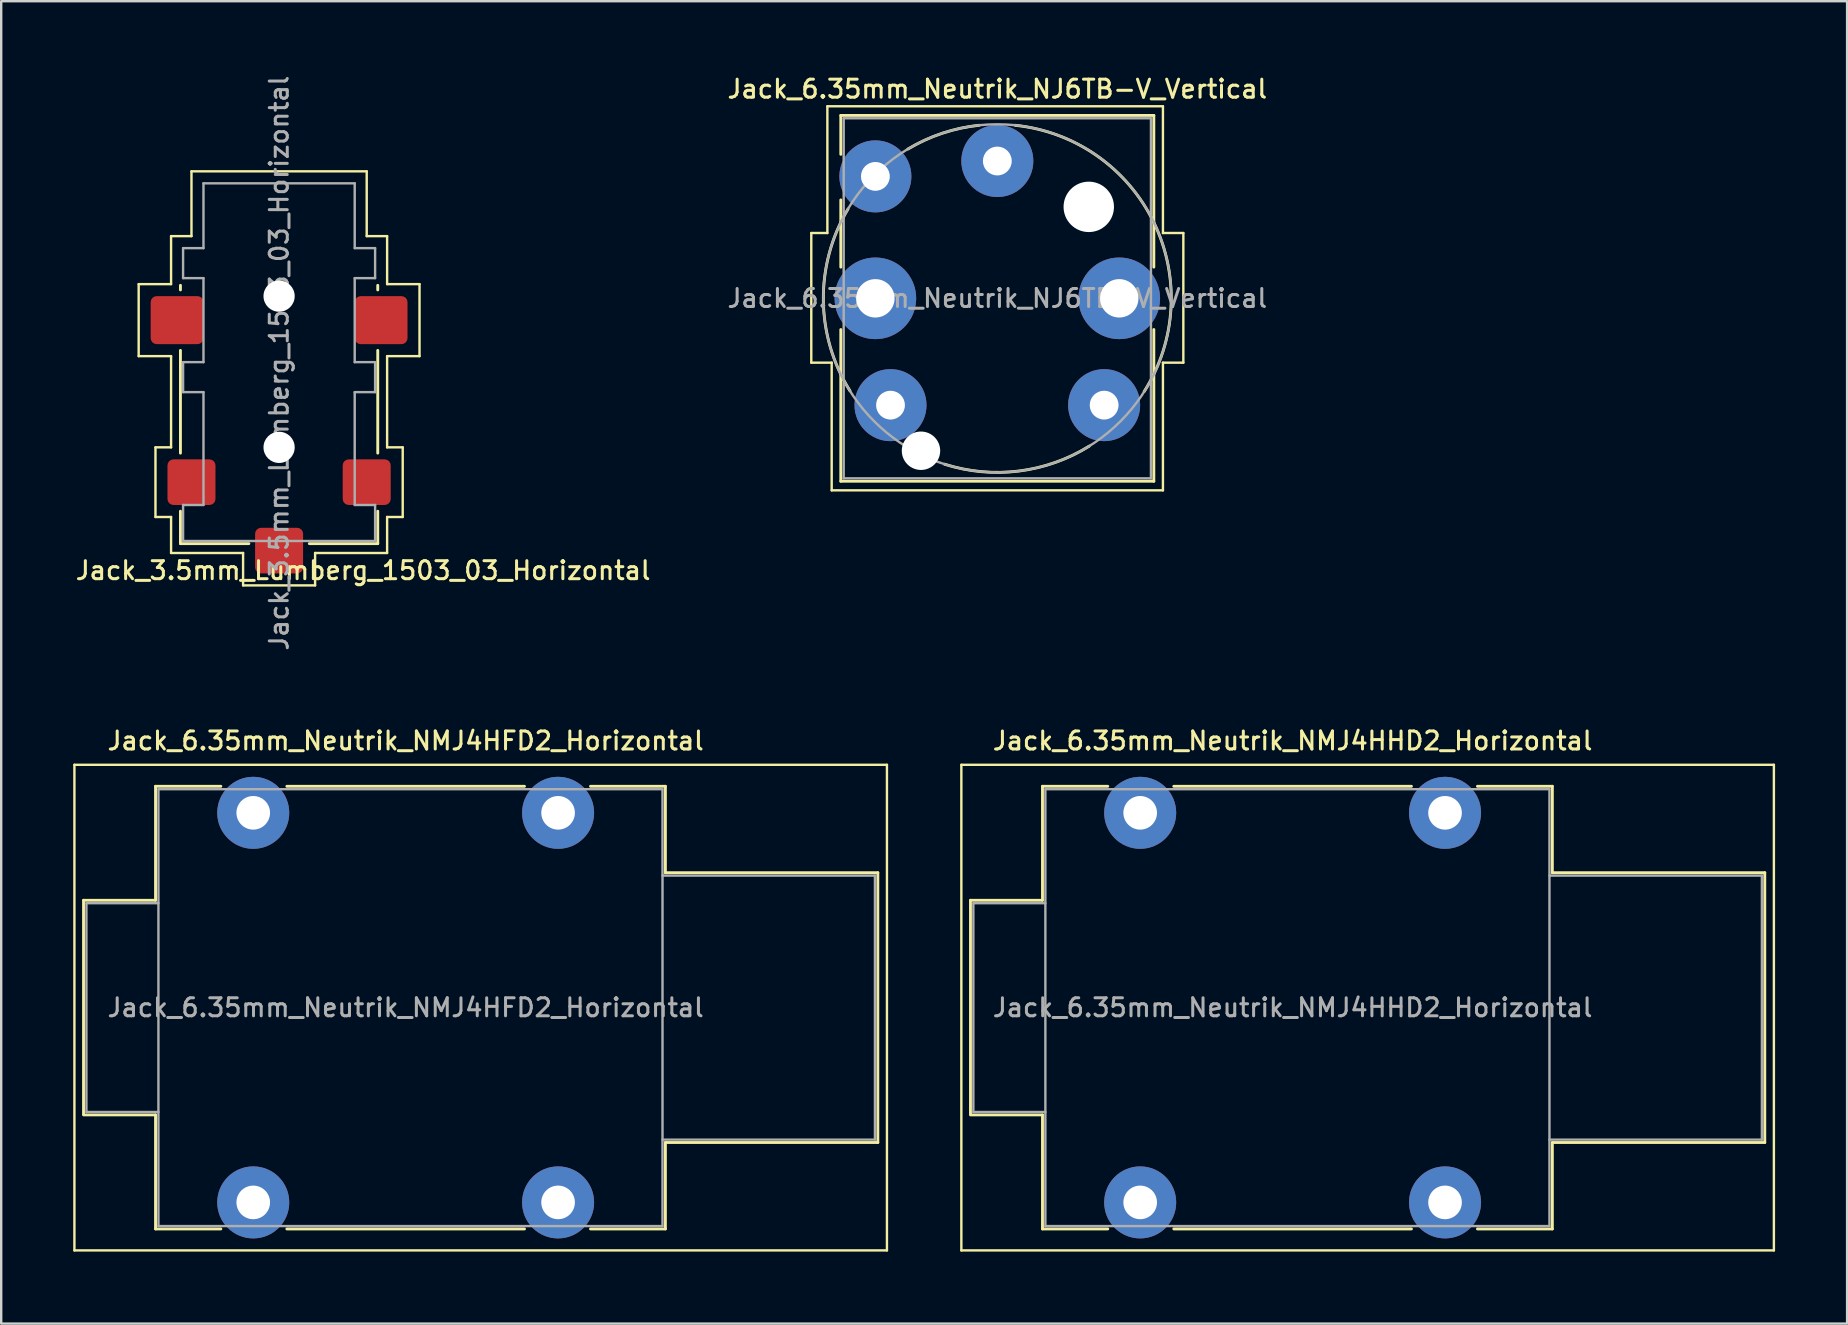
<source format=kicad_pcb>
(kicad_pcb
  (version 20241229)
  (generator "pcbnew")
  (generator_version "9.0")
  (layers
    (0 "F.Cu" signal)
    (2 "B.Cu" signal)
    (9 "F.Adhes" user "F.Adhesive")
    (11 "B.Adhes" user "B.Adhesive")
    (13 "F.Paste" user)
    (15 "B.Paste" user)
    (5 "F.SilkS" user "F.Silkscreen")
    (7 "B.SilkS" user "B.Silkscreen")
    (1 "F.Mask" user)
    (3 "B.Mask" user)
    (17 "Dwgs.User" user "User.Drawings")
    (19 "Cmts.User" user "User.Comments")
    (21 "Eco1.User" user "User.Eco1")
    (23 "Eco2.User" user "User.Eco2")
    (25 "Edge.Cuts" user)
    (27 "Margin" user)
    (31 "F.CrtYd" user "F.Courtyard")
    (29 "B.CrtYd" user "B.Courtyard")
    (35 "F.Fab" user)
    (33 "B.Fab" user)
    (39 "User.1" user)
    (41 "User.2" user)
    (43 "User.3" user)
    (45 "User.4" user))
  (footprint "Jack_6.35mm_Neutrik_NMJ4HHD2_Horizontal"
    (layer "F.Cu")
    (at 44.45 30.812)
    (property "Reference" "Jack_6.35mm_Neutrik_NMJ4HHD2_Horizontal" (at 6.35 -3 0) (layer "F.SilkS") (effects (font (size 0.75 0.75) (thickness 0.125))))
    (attr through_hole)
    (fp_line (start -7.45 18.23) (end -7.45 -2) (stroke (width 0.1) (type solid)) (layer "F.SilkS"))
    (fp_line (start -7.45 18.23) (end 26.4 18.23) (stroke (width 0.1) (type solid)) (layer "F.SilkS"))
    (fp_line (start -7.07 3.645) (end -4.07 3.645) (stroke (width 0.12) (type solid)) (layer "F.SilkS"))
    (fp_line (start -7.07 12.545) (end -7.07 3.645) (stroke (width 0.12) (type solid)) (layer "F.SilkS"))
    (fp_line (start -7.07 12.585) (end -4.07 12.585) (stroke (width 0.12) (type solid)) (layer "F.SilkS"))
    (fp_line (start -4.07 -1.105) (end -1.35 -1.105) (stroke (width 0.12) (type solid)) (layer "F.SilkS"))
    (fp_line (start -4.07 3.645) (end -4.07 -1.105) (stroke (width 0.12) (type solid)) (layer "F.SilkS"))
    (fp_line (start -4.07 17.335) (end -4.07 12.585) (stroke (width 0.12) (type solid)) (layer "F.SilkS"))
    (fp_line (start -1.35 17.335) (end -4.07 17.335) (stroke (width 0.12) (type solid)) (layer "F.SilkS"))
    (fp_line (start 1.4 -1.105) (end 11.3 -1.105) (stroke (width 0.12) (type solid)) (layer "F.SilkS"))
    (fp_line (start 11.3 17.335) (end 1.4 17.335) (stroke (width 0.12) (type solid)) (layer "F.SilkS"))
    (fp_line (start 17.17 -1.105) (end 14.05 -1.105) (stroke (width 0.12) (type solid)) (layer "F.SilkS"))
    (fp_line (start 17.17 2.495) (end 17.17 -1.105) (stroke (width 0.12) (type solid)) (layer "F.SilkS"))
    (fp_line (start 17.17 2.495) (end 26.02 2.495) (stroke (width 0.12) (type solid)) (layer "F.SilkS"))
    (fp_line (start 17.17 13.735) (end 26.02 13.735) (stroke (width 0.12) (type solid)) (layer "F.SilkS"))
    (fp_line (start 17.17 17.335) (end 14.05 17.335) (stroke (width 0.12) (type solid)) (layer "F.SilkS"))
    (fp_line (start 17.17 17.335) (end 17.17 13.735) (stroke (width 0.12) (type solid)) (layer "F.SilkS"))
    (fp_line (start 26.02 13.735) (end 26.02 2.495) (stroke (width 0.12) (type solid)) (layer "F.SilkS"))
    (fp_line (start 26.4 -2) (end -7.45 -2) (stroke (width 0.1) (type solid)) (layer "F.SilkS"))
    (fp_line (start 26.4 18.23) (end 26.4 -2) (stroke (width 0.1) (type solid)) (layer "F.SilkS"))
    (fp_line (start -6.95 3.765) (end -3.95 3.765) (stroke (width 0.1) (type solid)) (layer "F.Fab"))
    (fp_line (start -6.95 12.465) (end -6.95 3.765) (stroke (width 0.1) (type solid)) (layer "F.Fab"))
    (fp_line (start -6.95 12.465) (end -3.95 12.465) (stroke (width 0.1) (type solid)) (layer "F.Fab"))
    (fp_line (start -3.95 17.215) (end -3.95 -0.985) (stroke (width 0.1) (type solid)) (layer "F.Fab"))
    (fp_line (start 17.05 -0.985) (end -3.95 -0.985) (stroke (width 0.1) (type solid)) (layer "F.Fab"))
    (fp_line (start 17.05 17.215) (end -3.95 17.215) (stroke (width 0.1) (type solid)) (layer "F.Fab"))
    (fp_line (start 17.05 17.215) (end 17.05 -0.985) (stroke (width 0.1) (type solid)) (layer "F.Fab"))
    (fp_line (start 25.9 2.615) (end 17.05 2.615) (stroke (width 0.1) (type solid)) (layer "F.Fab"))
    (fp_line (start 25.9 13.615) (end 17.05 13.615) (stroke (width 0.1) (type solid)) (layer "F.Fab"))
    (fp_line (start 25.9 13.615) (end 25.9 2.615) (stroke (width 0.1) (type solid)) (layer "F.Fab"))
    (fp_text user "${REFERENCE}" (at 6.35 8.115 0) (layer "F.Fab") (effects (font (size 0.75 0.75) (thickness 0.125))))
    (pad "S" thru_hole circle (at 12.7 0) (size 3 3) (drill 1.4) (layers "*.Cu" "*.Mask"))
    (pad "SN" thru_hole circle (at 12.7 16.23) (size 3 3) (drill 1.4) (layers "*.Cu" "*.Mask"))
    (pad "T" thru_hole circle (at 0 0) (size 3 3) (drill 1.4) (layers "*.Cu" "*.Mask"))
    (pad "TN" thru_hole circle (at 0 16.23) (size 3 3) (drill 1.4) (layers "*.Cu" "*.Mask")))
  (footprint "Jack_3.5mm_Lumberg_1503_03_Horizontal"
    (layer "F.Cu")
    (at 8.577 12.037)
    (property "Reference" "Jack_3.5mm_Lumberg_1503_03_Horizontal" (at 3.5 8.68 0) (layer "F.SilkS") (effects (font (size 0.75 0.75) (thickness 0.125))))
    (attr smd)
    (fp_line (start -5.85 -0.25) (end -5.85 -3.25) (stroke (width 0.1) (type default)) (layer "F.SilkS"))
    (fp_line (start -5.15 3.55) (end -4.5 3.55) (stroke (width 0.1) (type default)) (layer "F.SilkS"))
    (fp_line (start -5.15 6.45) (end -5.15 3.55) (stroke (width 0.1) (type default)) (layer "F.SilkS"))
    (fp_line (start -4.5 -3.25) (end -5.85 -3.25) (stroke (width 0.1) (type default)) (layer "F.SilkS"))
    (fp_line (start -4.5 -3.25) (end -4.5 -5.25) (stroke (width 0.1) (type default)) (layer "F.SilkS"))
    (fp_line (start -4.5 -0.25) (end -5.85 -0.25) (stroke (width 0.1) (type default)) (layer "F.SilkS"))
    (fp_line (start -4.5 -0.25) (end -4.5 3.55) (stroke (width 0.1) (type default)) (layer "F.SilkS"))
    (fp_line (start -4.5 6.45) (end -5.15 6.45) (stroke (width 0.1) (type default)) (layer "F.SilkS"))
    (fp_line (start -4.5 6.45) (end -4.5 7.95) (stroke (width 0.1) (type default)) (layer "F.SilkS"))
    (fp_line (start -4.11 -3.01) (end -4.11 -3.2) (stroke (width 0.12) (type default)) (layer "F.SilkS"))
    (fp_line (start -4.11 3.79) (end -4.11 -0.49) (stroke (width 0.12) (type default)) (layer "F.SilkS"))
    (fp_line (start -4.11 7.56) (end -4.11 6.21) (stroke (width 0.12) (type default)) (layer "F.SilkS"))
    (fp_line (start -3.65 -7.95) (end 3.65 -7.95) (stroke (width 0.1) (type default)) (layer "F.SilkS"))
    (fp_line (start -3.65 -5.25) (end -4.5 -5.25) (stroke (width 0.1) (type default)) (layer "F.SilkS"))
    (fp_line (start -3.65 -5.25) (end -3.65 -7.95) (stroke (width 0.1) (type default)) (layer "F.SilkS"))
    (fp_line (start -1.5 7.95) (end -4.5 7.95) (stroke (width 0.1) (type default)) (layer "F.SilkS"))
    (fp_line (start -1.5 7.95) (end -1.5 9.3) (stroke (width 0.1) (type default)) (layer "F.SilkS"))
    (fp_line (start -1.5 9.3) (end 1.5 9.3) (stroke (width 0.1) (type default)) (layer "F.SilkS"))
    (fp_line (start -1.26 7.56) (end -4.11 7.56) (stroke (width 0.12) (type default)) (layer "F.SilkS"))
    (fp_line (start 1.26 7.56) (end 4.11 7.56) (stroke (width 0.12) (type default)) (layer "F.SilkS"))
    (fp_line (start 1.5 7.95) (end 1.5 9.3) (stroke (width 0.1) (type default)) (layer "F.SilkS"))
    (fp_line (start 3.65 -5.25) (end 3.65 -7.95) (stroke (width 0.1) (type default)) (layer "F.SilkS"))
    (fp_line (start 4.11 -3.2) (end 4.11 -3.01) (stroke (width 0.12) (type default)) (layer "F.SilkS"))
    (fp_line (start 4.11 -0.49) (end 4.11 3.79) (stroke (width 0.12) (type default)) (layer "F.SilkS"))
    (fp_line (start 4.11 7.56) (end 4.11 6.21) (stroke (width 0.12) (type default)) (layer "F.SilkS"))
    (fp_line (start 4.5 -5.25) (end 3.65 -5.25) (stroke (width 0.1) (type default)) (layer "F.SilkS"))
    (fp_line (start 4.5 -3.25) (end 4.5 -5.25) (stroke (width 0.1) (type default)) (layer "F.SilkS"))
    (fp_line (start 4.5 -3.25) (end 5.85 -3.25) (stroke (width 0.1) (type default)) (layer "F.SilkS"))
    (fp_line (start 4.5 -0.25) (end 4.5 3.55) (stroke (width 0.1) (type default)) (layer "F.SilkS"))
    (fp_line (start 4.5 -0.25) (end 5.85 -0.25) (stroke (width 0.1) (type default)) (layer "F.SilkS"))
    (fp_line (start 4.5 3.55) (end 5.15 3.55) (stroke (width 0.1) (type default)) (layer "F.SilkS"))
    (fp_line (start 4.5 6.45) (end 4.5 7.95) (stroke (width 0.1) (type default)) (layer "F.SilkS"))
    (fp_line (start 4.5 6.45) (end 5.15 6.45) (stroke (width 0.1) (type default)) (layer "F.SilkS"))
    (fp_line (start 4.5 7.95) (end 1.5 7.95) (stroke (width 0.1) (type default)) (layer "F.SilkS"))
    (fp_line (start 5.15 3.55) (end 5.15 6.45) (stroke (width 0.1) (type default)) (layer "F.SilkS"))
    (fp_line (start 5.85 -0.25) (end 5.85 -3.25) (stroke (width 0.1) (type default)) (layer "F.SilkS"))
    (fp_line (start -4 -4.75) (end -4 -3.5) (stroke (width 0.1) (type default)) (layer "F.Fab"))
    (fp_line (start -4 -3.5) (end -3.15 -3.5) (stroke (width 0.1) (type default)) (layer "F.Fab"))
    (fp_line (start -4 0) (end -4 1.25) (stroke (width 0.1) (type default)) (layer "F.Fab"))
    (fp_line (start -4 1.25) (end -3.15 1.25) (stroke (width 0.1) (type default)) (layer "F.Fab"))
    (fp_line (start -4 5.95) (end -3.15 5.95) (stroke (width 0.1) (type default)) (layer "F.Fab"))
    (fp_line (start -4 7.45) (end -4 5.95) (stroke (width 0.1) (type default)) (layer "F.Fab"))
    (fp_line (start -4 7.45) (end 4 7.45) (stroke (width 0.1) (type solid)) (layer "F.Fab"))
    (fp_line (start -3.15 -7.45) (end -3.15 -4.75) (stroke (width 0.1) (type solid)) (layer "F.Fab"))
    (fp_line (start -3.15 -7.45) (end 3.15 -7.45) (stroke (width 0.1) (type solid)) (layer "F.Fab"))
    (fp_line (start -3.15 -4.75) (end -4 -4.75) (stroke (width 0.1) (type solid)) (layer "F.Fab"))
    (fp_line (start -3.15 -3.5) (end -3.15 0) (stroke (width 0.1) (type default)) (layer "F.Fab"))
    (fp_line (start -3.15 0) (end -4 0) (stroke (width 0.1) (type default)) (layer "F.Fab"))
    (fp_line (start -3.15 1.25) (end -3.15 5.95) (stroke (width 0.1) (type default)) (layer "F.Fab"))
    (fp_line (start 3.15 -4.75) (end 3.15 -7.45) (stroke (width 0.1) (type solid)) (layer "F.Fab"))
    (fp_line (start 3.15 -4.75) (end 4 -4.75) (stroke (width 0.1) (type solid)) (layer "F.Fab"))
    (fp_line (start 3.15 -3.5) (end 3.15 0) (stroke (width 0.1) (type default)) (layer "F.Fab"))
    (fp_line (start 3.15 0) (end 4 0) (stroke (width 0.1) (type default)) (layer "F.Fab"))
    (fp_line (start 3.15 1.25) (end 4 1.25) (stroke (width 0.1) (type default)) (layer "F.Fab"))
    (fp_line (start 3.15 5.95) (end 3.15 1.25) (stroke (width 0.1) (type default)) (layer "F.Fab"))
    (fp_line (start 4 -4.75) (end 4 -3.5) (stroke (width 0.1) (type default)) (layer "F.Fab"))
    (fp_line (start 4 -3.5) (end 3.15 -3.5) (stroke (width 0.1) (type default)) (layer "F.Fab"))
    (fp_line (start 4 1.25) (end 4 0) (stroke (width 0.1) (type default)) (layer "F.Fab"))
    (fp_line (start 4 5.95) (end 3.15 5.95) (stroke (width 0.1) (type default)) (layer "F.Fab"))
    (fp_line (start 4 7.45) (end 4 5.95) (stroke (width 0.1) (type default)) (layer "F.Fab"))
    (fp_text user "${REFERENCE}" (at 0 0.04 90) (layer "F.Fab") (effects (font (size 0.75 0.75) (thickness 0.125))))
    (pad "" np_thru_hole circle (at 0 -2.75) (size 1.3 1.3) (drill 1.3) (layers "*.Cu" "*.Mask"))
    (pad "" np_thru_hole circle (at 0 3.55) (size 1.3 1.3) (drill 1.3) (layers "*.Cu" "*.Mask"))
    (pad "MP" smd roundrect (at -4.25 -1.75) (size 2.2 2) (layers "F.Cu" "F.Mask" "F.Paste") (roundrect_rratio 0.125))
    (pad "MP" smd roundrect (at 4.25 -1.75) (size 2.2 2) (layers "F.Cu" "F.Mask" "F.Paste") (roundrect_rratio 0.125))
    (pad "R" smd roundrect (at 3.65 5) (size 2 1.9) (layers "F.Cu" "F.Mask" "F.Paste") (roundrect_rratio 0.132))
    (pad "S" smd roundrect (at -3.65 5) (size 2 1.9) (layers "F.Cu" "F.Mask" "F.Paste") (roundrect_rratio 0.132))
    (pad "T" smd roundrect (at 0 7.85) (size 2 1.9) (layers "F.Cu" "F.Mask" "F.Paste") (roundrect_rratio 0.132)))
  (footprint "Jack_6.35mm_Neutrik_NJ6TB-V_Vertical"
    (layer "F.Cu")
    (at 38.498 3.658)
    (property "Reference" "Jack_6.35mm_Neutrik_NJ6TB-V_Vertical" (at 0 -3 0) (layer "F.SilkS") (effects (font (size 0.75 0.75) (thickness 0.125))))
    (attr through_hole)
    (fp_line (start -7.75 3) (end -7.75 8.4) (stroke (width 0.1) (type solid)) (layer "F.SilkS"))
    (fp_line (start -7.08 -2.28) (end -7.08 3) (stroke (width 0.1) (type solid)) (layer "F.SilkS"))
    (fp_line (start -7.08 -2.28) (end 6.9 -2.28) (stroke (width 0.1) (type solid)) (layer "F.SilkS"))
    (fp_line (start -7.08 3) (end -7.75 3) (stroke (width 0.1) (type solid)) (layer "F.SilkS"))
    (fp_line (start -6.9 8.4) (end -7.75 8.4) (stroke (width 0.1) (type solid)) (layer "F.SilkS"))
    (fp_line (start -6.9 8.4) (end -6.9 13.72) (stroke (width 0.1) (type solid)) (layer "F.SilkS"))
    (fp_line (start -6.9 13.72) (end 6.9 13.72) (stroke (width 0.1) (type solid)) (layer "F.SilkS"))
    (fp_line (start -6.52 -1.9) (end -6.52 -0.28) (stroke (width 0.12) (type solid)) (layer "F.SilkS"))
    (fp_line (start -6.52 -1.9) (end 6.52 -1.9) (stroke (width 0.12) (type solid)) (layer "F.SilkS"))
    (fp_line (start -6.52 1.62) (end -6.52 4.42) (stroke (width 0.12) (type solid)) (layer "F.SilkS"))
    (fp_line (start -6.52 7.02) (end -6.52 13.34) (stroke (width 0.12) (type solid)) (layer "F.SilkS"))
    (fp_line (start -6.52 13.34) (end 6.52 13.34) (stroke (width 0.12) (type solid)) (layer "F.SilkS"))
    (fp_line (start 6.52 -1.9) (end 6.52 4.42) (stroke (width 0.12) (type solid)) (layer "F.SilkS"))
    (fp_line (start 6.52 7.02) (end 6.52 13.34) (stroke (width 0.12) (type solid)) (layer "F.SilkS"))
    (fp_line (start 6.9 -2.28) (end 6.9 3) (stroke (width 0.1) (type solid)) (layer "F.SilkS"))
    (fp_line (start 6.9 3) (end 7.75 3) (stroke (width 0.1) (type solid)) (layer "F.SilkS"))
    (fp_line (start 6.9 8.4) (end 6.9 13.72) (stroke (width 0.1) (type solid)) (layer "F.SilkS"))
    (fp_line (start 6.9 8.4) (end 7.75 8.4) (stroke (width 0.1) (type solid)) (layer "F.SilkS"))
    (fp_line (start 7.75 3) (end 7.75 8.4) (stroke (width 0.1) (type solid)) (layer "F.SilkS"))
    (fp_arc (start -6.138365 9.573216) (mid -7.247116 5.79812) (end -6.22 2) (stroke (width 0.12) (type solid)) (layer "F.SilkS"))
    (fp_arc (start -3.726809 -0.497515) (mid -2.292752 -1.156764) (end -0.75 -1.49) (stroke (width 0.12) (type solid)) (layer "F.SilkS"))
    (fp_arc (start 0.741615 -1.488246) (mid 6.519796 2.557554) (end 6.12 9.6) (stroke (width 0.12) (type solid)) (layer "F.SilkS"))
    (fp_arc (start 3.836366 11.873893) (mid 0.901303 12.915537) (end -2.2 12.63) (stroke (width 0.12) (type solid)) (layer "F.SilkS"))
    (fp_line (start -6.4 -1.78) (end -6.4 13.22) (stroke (width 0.1) (type solid)) (layer "F.Fab"))
    (fp_line (start -6.4 -1.78) (end 6.4 -1.78) (stroke (width 0.1) (type solid)) (layer "F.Fab"))
    (fp_line (start -6.4 13.22) (end 6.4 13.22) (stroke (width 0.1) (type solid)) (layer "F.Fab"))
    (fp_line (start 6.4 -1.78) (end 6.4 13.22) (stroke (width 0.1) (type solid)) (layer "F.Fab"))
    (fp_circle (center 0 5.72) (end -7.25 5.72) (stroke (width 0.1) (type solid)) (fill no) (layer "F.Fab"))
    (fp_text user "${REFERENCE}" (at 0 5.72 0) (layer "F.Fab") (effects (font (size 0.75 0.75) (thickness 0.125))))
    (pad "" np_thru_hole circle (at -3.18 12.07 180) (size 1.6 1.6) (drill 1.6) (layers "*.Cu" "*.Mask"))
    (pad "" np_thru_hole circle (at 3.81 1.91 180) (size 2.1 2.1) (drill 2.1) (layers "*.Cu" "*.Mask"))
    (pad "R" thru_hole circle (at 5.08 5.72 180) (size 3.4 3.4) (drill 1.6) (layers "*.Cu" "*.Mask"))
    (pad "RN" thru_hole circle (at 4.45 10.17 180) (size 3 3) (drill 1.2) (layers "*.Cu" "*.Mask"))
    (pad "S" thru_hole circle (at -5.08 5.72 180) (size 3.4 3.4) (drill 1.6) (layers "*.Cu" "*.Mask"))
    (pad "SN" thru_hole circle (at -4.45 10.17 180) (size 3 3) (drill 1.2) (layers "*.Cu" "*.Mask"))
    (pad "T" thru_hole circle (at 0 0 180) (size 3 3) (drill 1.2) (layers "*.Cu" "*.Mask"))
    (pad "TN" thru_hole circle (at -5.08 0.64 180) (size 3 3) (drill 1.2) (layers "*.Cu" "*.Mask")))
  (footprint "Jack_6.35mm_Neutrik_NMJ4HFD2_Horizontal"
    (layer "F.Cu")
    (at 7.5 30.812)
    (property "Reference" "Jack_6.35mm_Neutrik_NMJ4HFD2_Horizontal" (at 6.35 -3 0) (layer "F.SilkS") (effects (font (size 0.75 0.75) (thickness 0.125))))
    (attr through_hole)
    (fp_line (start -7.45 18.23) (end -7.45 -2) (stroke (width 0.1) (type solid)) (layer "F.SilkS"))
    (fp_line (start -7.45 18.23) (end 26.4 18.23) (stroke (width 0.1) (type solid)) (layer "F.SilkS"))
    (fp_line (start -7.07 3.645) (end -4.07 3.645) (stroke (width 0.12) (type solid)) (layer "F.SilkS"))
    (fp_line (start -7.07 12.545) (end -7.07 3.645) (stroke (width 0.12) (type solid)) (layer "F.SilkS"))
    (fp_line (start -7.07 12.585) (end -4.07 12.585) (stroke (width 0.12) (type solid)) (layer "F.SilkS"))
    (fp_line (start -4.07 -1.105) (end -1.35 -1.105) (stroke (width 0.12) (type solid)) (layer "F.SilkS"))
    (fp_line (start -4.07 3.645) (end -4.07 -1.105) (stroke (width 0.12) (type solid)) (layer "F.SilkS"))
    (fp_line (start -4.07 17.335) (end -4.07 12.585) (stroke (width 0.12) (type solid)) (layer "F.SilkS"))
    (fp_line (start -1.35 17.335) (end -4.07 17.335) (stroke (width 0.12) (type solid)) (layer "F.SilkS"))
    (fp_line (start 1.4 -1.105) (end 11.3 -1.105) (stroke (width 0.12) (type solid)) (layer "F.SilkS"))
    (fp_line (start 11.3 17.335) (end 1.4 17.335) (stroke (width 0.12) (type solid)) (layer "F.SilkS"))
    (fp_line (start 17.17 -1.105) (end 14.05 -1.105) (stroke (width 0.12) (type solid)) (layer "F.SilkS"))
    (fp_line (start 17.17 2.495) (end 17.17 -1.105) (stroke (width 0.12) (type solid)) (layer "F.SilkS"))
    (fp_line (start 17.17 2.495) (end 26.02 2.495) (stroke (width 0.12) (type solid)) (layer "F.SilkS"))
    (fp_line (start 17.17 13.735) (end 26.02 13.735) (stroke (width 0.12) (type solid)) (layer "F.SilkS"))
    (fp_line (start 17.17 17.335) (end 14.05 17.335) (stroke (width 0.12) (type solid)) (layer "F.SilkS"))
    (fp_line (start 17.17 17.335) (end 17.17 13.735) (stroke (width 0.12) (type solid)) (layer "F.SilkS"))
    (fp_line (start 26.02 13.735) (end 26.02 2.495) (stroke (width 0.12) (type solid)) (layer "F.SilkS"))
    (fp_line (start 26.4 -2) (end -7.45 -2) (stroke (width 0.1) (type solid)) (layer "F.SilkS"))
    (fp_line (start 26.4 18.23) (end 26.4 -2) (stroke (width 0.1) (type solid)) (layer "F.SilkS"))
    (fp_line (start -6.95 3.765) (end -3.95 3.765) (stroke (width 0.1) (type solid)) (layer "F.Fab"))
    (fp_line (start -6.95 12.465) (end -6.95 3.765) (stroke (width 0.1) (type solid)) (layer "F.Fab"))
    (fp_line (start -6.95 12.465) (end -3.95 12.465) (stroke (width 0.1) (type solid)) (layer "F.Fab"))
    (fp_line (start -3.95 17.215) (end -3.95 -0.985) (stroke (width 0.1) (type solid)) (layer "F.Fab"))
    (fp_line (start 17.05 -0.985) (end -3.95 -0.985) (stroke (width 0.1) (type solid)) (layer "F.Fab"))
    (fp_line (start 17.05 17.215) (end -3.95 17.215) (stroke (width 0.1) (type solid)) (layer "F.Fab"))
    (fp_line (start 17.05 17.215) (end 17.05 -0.985) (stroke (width 0.1) (type solid)) (layer "F.Fab"))
    (fp_line (start 25.9 2.615) (end 17.05 2.615) (stroke (width 0.1) (type solid)) (layer "F.Fab"))
    (fp_line (start 25.9 13.615) (end 17.05 13.615) (stroke (width 0.1) (type solid)) (layer "F.Fab"))
    (fp_line (start 25.9 13.615) (end 25.9 2.615) (stroke (width 0.1) (type solid)) (layer "F.Fab"))
    (fp_text user "${REFERENCE}" (at 6.35 8.115 0) (layer "F.Fab") (effects (font (size 0.75 0.75) (thickness 0.125))))
    (pad "S" thru_hole circle (at 12.7 0) (size 3 3) (drill 1.4) (layers "*.Cu" "*.Mask"))
    (pad "SN" thru_hole circle (at 12.7 16.23) (size 3 3) (drill 1.4) (layers "*.Cu" "*.Mask"))
    (pad "T" thru_hole circle (at 0 0) (size 3 3) (drill 1.4) (layers "*.Cu" "*.Mask"))
    (pad "TN" thru_hole circle (at 0 16.23) (size 3 3) (drill 1.4) (layers "*.Cu" "*.Mask")))
  (gr_rect
    (start -3 -3)
    (end 73.9 52.092)
    (stroke (width 0.1) (type default))
    (fill no)
    (layer "Edge.Cuts")))
</source>
